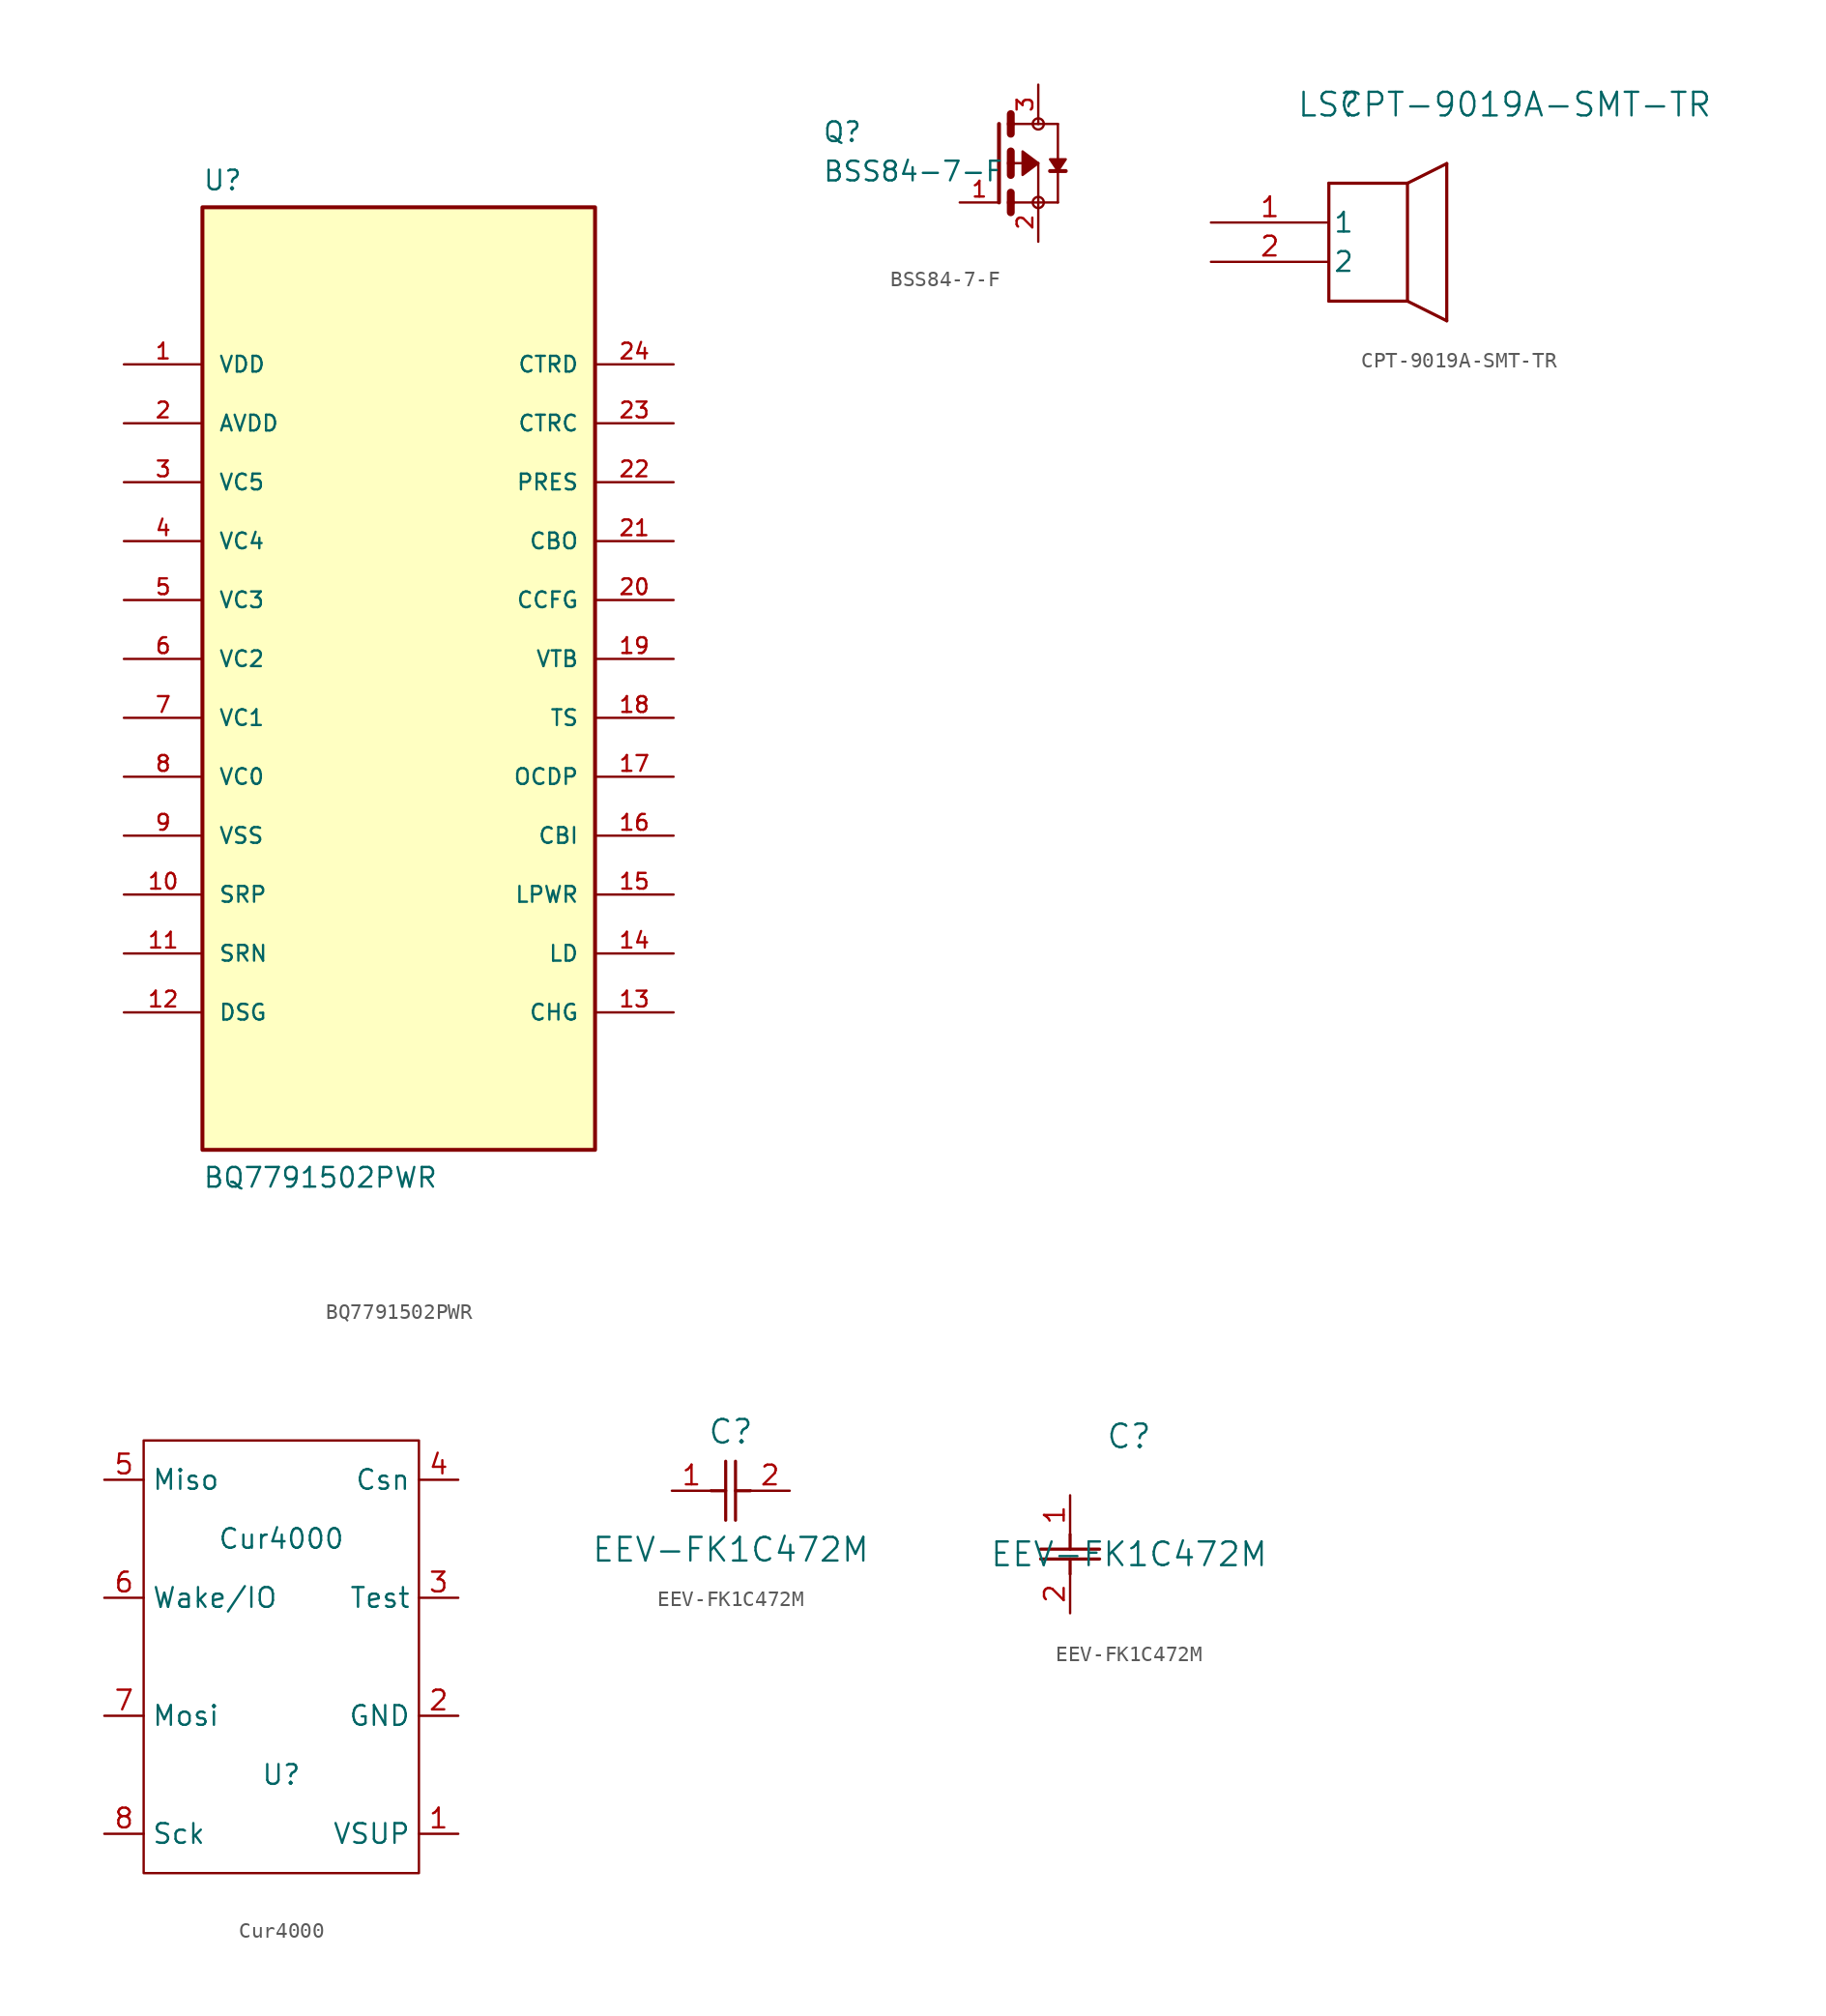
<source format=kicad_sym>
(kicad_symbol_lib
  (version 20241209)
  (generator "kicad_symbol_editor")
  (generator_version "9.0")
  (symbol "BQ7791502PWR"
    (pin_names
      (offset 1.016))
    (property "Reference" "U"
      (at -12.7 31.48 0)
      (effects (font (size 1.27 1.27)) (justify left bottom)))
    (property "Value" "BQ7791502PWR"
      (at -12.7 -33.02 0)
      (effects (font (size 1.27 1.27)) (justify left bottom)))
    (symbol "BQ7791502PWR_0_0"
      (rectangle (start -12.7 -30.48) (end 12.7 30.48) (stroke (width 0.254) (type default)) (fill (type background)))
      (pin power_in line (at -17.78 20.32 0) (length 5.08) (name "VDD" (effects (font (size 1.016 1.016)))) (number "1" (effects (font (size 1.016 1.016)))))
      (pin output line (at -17.78 16.51 0) (length 5.08) (name "AVDD" (effects (font (size 1.016 1.016)))) (number "2" (effects (font (size 1.016 1.016)))))
      (pin input line (at -17.78 12.7 0) (length 5.08) (name "VC5" (effects (font (size 1.016 1.016)))) (number "3" (effects (font (size 1.016 1.016)))))
      (pin input line (at -17.78 8.89 0) (length 5.08) (name "VC4" (effects (font (size 1.016 1.016)))) (number "4" (effects (font (size 1.016 1.016)))))
      (pin input line (at -17.78 5.08 0) (length 5.08) (name "VC3" (effects (font (size 1.016 1.016)))) (number "5" (effects (font (size 1.016 1.016)))))
      (pin input line (at -17.78 1.27 0) (length 5.08) (name "VC2" (effects (font (size 1.016 1.016)))) (number "6" (effects (font (size 1.016 1.016)))))
      (pin input line (at -17.78 -2.54 0) (length 5.08) (name "VC1" (effects (font (size 1.016 1.016)))) (number "7" (effects (font (size 1.016 1.016)))))
      (pin input line (at -17.78 -6.35 0) (length 5.08) (name "VC0" (effects (font (size 1.016 1.016)))) (number "8" (effects (font (size 1.016 1.016)))))
      (pin power_in line (at -17.78 -10.16 0) (length 5.08) (name "VSS" (effects (font (size 1.016 1.016)))) (number "9" (effects (font (size 1.016 1.016)))))
      (pin input line (at -17.78 -13.97 0) (length 5.08) (name "SRP" (effects (font (size 1.016 1.016)))) (number "10" (effects (font (size 1.016 1.016)))))
      (pin input line (at -17.78 -17.78 0) (length 5.08) (name "SRN" (effects (font (size 1.016 1.016)))) (number "11" (effects (font (size 1.016 1.016)))))
      (pin output line (at -17.78 -21.59 0) (length 5.08) (name "DSG" (effects (font (size 1.016 1.016)))) (number "12" (effects (font (size 1.016 1.016)))))
      (pin input line (at 17.78 20.32 180) (length 5.08) (name "CTRD" (effects (font (size 1.016 1.016)))) (number "24" (effects (font (size 1.016 1.016)))))
      (pin input line (at 17.78 16.51 180) (length 5.08) (name "CTRC" (effects (font (size 1.016 1.016)))) (number "23" (effects (font (size 1.016 1.016)))))
      (pin input line (at 17.78 12.7 180) (length 5.08) (name "PRES" (effects (font (size 1.016 1.016)))) (number "22" (effects (font (size 1.016 1.016)))))
      (pin output line (at 17.78 8.89 180) (length 5.08) (name "CBO" (effects (font (size 1.016 1.016)))) (number "21" (effects (font (size 1.016 1.016)))))
      (pin input line (at 17.78 5.08 180) (length 5.08) (name "CCFG" (effects (font (size 1.016 1.016)))) (number "20" (effects (font (size 1.016 1.016)))))
      (pin output line (at 17.78 1.27 180) (length 5.08) (name "VTB" (effects (font (size 1.016 1.016)))) (number "19" (effects (font (size 1.016 1.016)))))
      (pin input line (at 17.78 -2.54 180) (length 5.08) (name "TS" (effects (font (size 1.016 1.016)))) (number "18" (effects (font (size 1.016 1.016)))))
      (pin input line (at 17.78 -6.35 180) (length 5.08) (name "OCDP" (effects (font (size 1.016 1.016)))) (number "17" (effects (font (size 1.016 1.016)))))
      (pin input line (at 17.78 -10.16 180) (length 5.08) (name "CBI" (effects (font (size 1.016 1.016)))) (number "16" (effects (font (size 1.016 1.016)))))
      (pin output line (at 17.78 -13.97 180) (length 5.08) (name "LPWR" (effects (font (size 1.016 1.016)))) (number "15" (effects (font (size 1.016 1.016)))))
      (pin input line (at 17.78 -17.78 180) (length 5.08) (name "LD" (effects (font (size 1.016 1.016)))) (number "14" (effects (font (size 1.016 1.016)))))
      (pin output line (at 17.78 -21.59 180) (length 5.08) (name "CHG" (effects (font (size 1.016 1.016)))) (number "13" (effects (font (size 1.016 1.016)))))))
  (symbol "BSS84-7-F"
    (pin_names
      (offset 1.016))
    (property "Reference" "Q"
      (at -11.447 1.272 0)
      (effects (font (size 1.27 1.27)) (justify left bottom)))
    (property "Value" "BSS84-7-F"
      (at -11.436 -1.271 0)
      (effects (font (size 1.27 1.27)) (justify left bottom)))
    (symbol "BSS84-7-F_0_0"
      (polyline (pts (xy 0 -2.54) (xy 0 2.54)) (stroke (width 0.254) (type default)) (fill (type none)))
      (polyline (pts (xy 0.762 2.54) (xy 0.762 3.175)) (stroke (width 0.508) (type default)) (fill (type none)))
      (polyline (pts (xy 0.762 1.905) (xy 0.762 2.54)) (stroke (width 0.508) (type default)) (fill (type none)))
      (polyline (pts (xy 0.762 0) (xy 0.762 0.762)) (stroke (width 0.508) (type default)) (fill (type none)))
      (polyline (pts (xy 0.762 0) (xy 2.54 0)) (stroke (width 0.152) (type default)) (fill (type none)))
      (polyline (pts (xy 0.762 -0.762) (xy 0.762 0)) (stroke (width 0.508) (type default)) (fill (type none)))
      (polyline (pts (xy 0.762 -2.54) (xy 0.762 -1.905)) (stroke (width 0.508) (type default)) (fill (type none)))
      (polyline (pts (xy 0.762 -2.54) (xy 2.54 -2.54)) (stroke (width 0.152) (type default)) (fill (type none)))
      (polyline (pts (xy 0.762 -3.175) (xy 0.762 -2.54)) (stroke (width 0.508) (type default)) (fill (type none)))
      (polyline (pts (xy 2.54 2.54) (xy 0.762 2.54)) (stroke (width 0.152) (type default)) (fill (type none)))
      (polyline (pts (xy 2.54 2.54) (xy 3.81 2.54)) (stroke (width 0.152) (type default)) (fill (type none)))
      (circle (center 2.54 2.54) (radius 0.359) (stroke (width 0) (type default)) (fill (type none)))
      (polyline (pts (xy 2.54 0) (xy 2.54 -2.54)) (stroke (width 0.152) (type default)) (fill (type none)))
      (polyline (pts (xy 2.54 0) (xy 1.524 0.762) (xy 1.524 -0.762) (xy 2.54 0)) (stroke (width 0.152) (type default)) (fill (type outline)))
      (polyline (pts (xy 2.54 -2.54) (xy 3.81 -2.54)) (stroke (width 0.152) (type default)) (fill (type none)))
      (circle (center 2.54 -2.54) (radius 0.359) (stroke (width 0) (type default)) (fill (type none)))
      (polyline (pts (xy 3.81 2.54) (xy 3.81 -2.54)) (stroke (width 0.152) (type default)) (fill (type none)))
      (polyline (pts (xy 3.81 -0.508) (xy 3.302 -0.508)) (stroke (width 0.254) (type default)) (fill (type none)))
      (polyline (pts (xy 3.81 -0.508) (xy 3.302 0.254) (xy 4.318 0.254) (xy 3.81 -0.508)) (stroke (width 0.152) (type default)) (fill (type outline)))
      (polyline (pts (xy 4.318 -0.508) (xy 3.81 -0.508)) (stroke (width 0.254) (type default)) (fill (type none)))
      (pin passive line (at -2.54 -2.54 0) (length 2.54) (name "~" (effects (font (size 1.016 1.016)))) (number "1" (effects (font (size 1.016 1.016)))))
      (pin passive line (at 2.54 5.08 270) (length 2.54) (name "~" (effects (font (size 1.016 1.016)))) (number "3" (effects (font (size 1.016 1.016)))))
      (pin passive line (at 2.54 -5.08 90) (length 2.54) (name "~" (effects (font (size 1.016 1.016)))) (number "2" (effects (font (size 1.016 1.016)))))))
  (symbol "CPT-9019A-SMT-TR"
    (pin_names
      (offset 0.254))
    (property "Reference" "LS"
      (at 7.62 7.62 0)
      (effects (font (size 1.524 1.524))))
    (property "Value" "CPT-9019A-SMT-TR"
      (at 20.32 7.62 0)
      (effects (font (size 1.524 1.524))))
    (property "ki_locked" ""
      (at 0 0 0)
      (effects (font (size 1.27 1.27))))
    (symbol "CPT-9019A-SMT-TR_0_1"
      (polyline (pts (xy 7.62 2.54) (xy 7.62 -5.08)) (stroke (width 0.203) (type default)) (fill (type none)))
      (polyline (pts (xy 7.62 -5.08) (xy 12.7 -5.08)) (stroke (width 0.203) (type default)) (fill (type none)))
      (polyline (pts (xy 12.7 2.54) (xy 7.62 2.54)) (stroke (width 0.203) (type default)) (fill (type none)))
      (polyline (pts (xy 12.7 2.54) (xy 15.24 3.81)) (stroke (width 0.203) (type default)) (fill (type none)))
      (polyline (pts (xy 12.7 -5.08) (xy 12.7 2.54)) (stroke (width 0.203) (type default)) (fill (type none)))
      (polyline (pts (xy 15.24 3.81) (xy 15.24 -6.35)) (stroke (width 0.203) (type default)) (fill (type none)))
      (polyline (pts (xy 15.24 -6.35) (xy 12.7 -5.08)) (stroke (width 0.203) (type default)) (fill (type none)))
      (pin unspecified line (at 0 0 0) (length 7.62) (name "1" (effects (font (size 1.27 1.27)))) (number "1" (effects (font (size 1.27 1.27)))))
      (pin unspecified line (at 0 -2.54 0) (length 7.62) (name "2" (effects (font (size 1.27 1.27)))) (number "2" (effects (font (size 1.27 1.27)))))))
  (symbol "Cur4000"
    (property "Reference" "U"
      (at 0 -7.62 0)
      (effects (font (size 1.27 1.27))))
    (property "Value" "Cur4000"
      (at 0 7.62 0)
      (effects (font (size 1.27 1.27))))
    (symbol "Cur4000_0_1"
      (rectangle (start -8.89 13.97) (end 8.89 -13.97) (stroke (width 0) (type default)) (fill (type none))))
    (symbol "Cur4000_1_1"
      (pin output line (at -11.43 11.43 0) (length 2.54) (name "Miso" (effects (font (size 1.27 1.27)))) (number "5" (effects (font (size 1.27 1.27)))))
      (pin bidirectional line (at -11.43 3.81 0) (length 2.54) (name "Wake/IO" (effects (font (size 1.27 1.27)))) (number "6" (effects (font (size 1.27 1.27)))))
      (pin input line (at -11.43 -3.81 0) (length 2.54) (name "Mosi" (effects (font (size 1.27 1.27)))) (number "7" (effects (font (size 1.27 1.27)))))
      (pin input line (at -11.43 -11.43 0) (length 2.54) (name "Sck" (effects (font (size 1.27 1.27)))) (number "8" (effects (font (size 1.27 1.27)))))
      (pin input line (at 11.43 11.43 180) (length 2.54) (name "Csn" (effects (font (size 1.27 1.27)))) (number "4" (effects (font (size 1.27 1.27)))))
      (pin input line (at 11.43 3.81 180) (length 2.54) (name "Test" (effects (font (size 1.27 1.27)))) (number "3" (effects (font (size 1.27 1.27)))))
      (pin power_in line (at 11.43 -3.81 180) (length 2.54) (name "GND" (effects (font (size 1.27 1.27)))) (number "2" (effects (font (size 1.27 1.27)))))
      (pin power_in line (at 11.43 -11.43 180) (length 2.54) (name "VSUP" (effects (font (size 1.27 1.27)))) (number "1" (effects (font (size 1.27 1.27)))))))
  (symbol "EEV-FK1C472M"
    (pin_names
      (offset 0.254))
    (property "Reference" "C"
      (at 3.81 3.81 0)
      (effects (font (size 1.524 1.524))))
    (property "Value" "EEV-FK1C472M"
      (at 3.81 -3.81 0)
      (effects (font (size 1.524 1.524))))
    (property "ki_locked" ""
      (at 0 0 0)
      (effects (font (size 1.27 1.27))))
    (symbol "EEV-FK1C472M_1_1"
      (polyline (pts (xy 2.54 0) (xy 3.48 0)) (stroke (width 0.203) (type default)) (fill (type none)))
      (polyline (pts (xy 3.48 -1.905) (xy 3.48 1.905)) (stroke (width 0.203) (type default)) (fill (type none)))
      (polyline (pts (xy 4.115 0) (xy 5.08 0)) (stroke (width 0.203) (type default)) (fill (type none)))
      (polyline (pts (xy 4.115 -1.905) (xy 4.115 1.905)) (stroke (width 0.203) (type default)) (fill (type none)))
      (pin unspecified line (at 0 0 0) (length 2.54) (name "" (effects (font (size 1.27 1.27)))) (number "1" (effects (font (size 1.27 1.27)))))
      (pin unspecified line (at 7.62 0 180) (length 2.54) (name "" (effects (font (size 1.27 1.27)))) (number "2" (effects (font (size 1.27 1.27))))))
    (symbol "EEV-FK1C472M_1_2"
      (polyline (pts (xy -1.905 -3.48) (xy 1.905 -3.48)) (stroke (width 0.203) (type default)) (fill (type none)))
      (polyline (pts (xy -1.905 -4.115) (xy 1.905 -4.115)) (stroke (width 0.203) (type default)) (fill (type none)))
      (polyline (pts (xy 0 -2.54) (xy 0 -3.48)) (stroke (width 0.203) (type default)) (fill (type none)))
      (polyline (pts (xy 0 -4.115) (xy 0 -5.08)) (stroke (width 0.203) (type default)) (fill (type none)))
      (pin unspecified line (at 0 0 270) (length 2.54) (name "" (effects (font (size 1.27 1.27)))) (number "1" (effects (font (size 1.27 1.27)))))
      (pin unspecified line (at 0 -7.62 90) (length 2.54) (name "" (effects (font (size 1.27 1.27)))) (number "2" (effects (font (size 1.27 1.27))))))))
</source>
